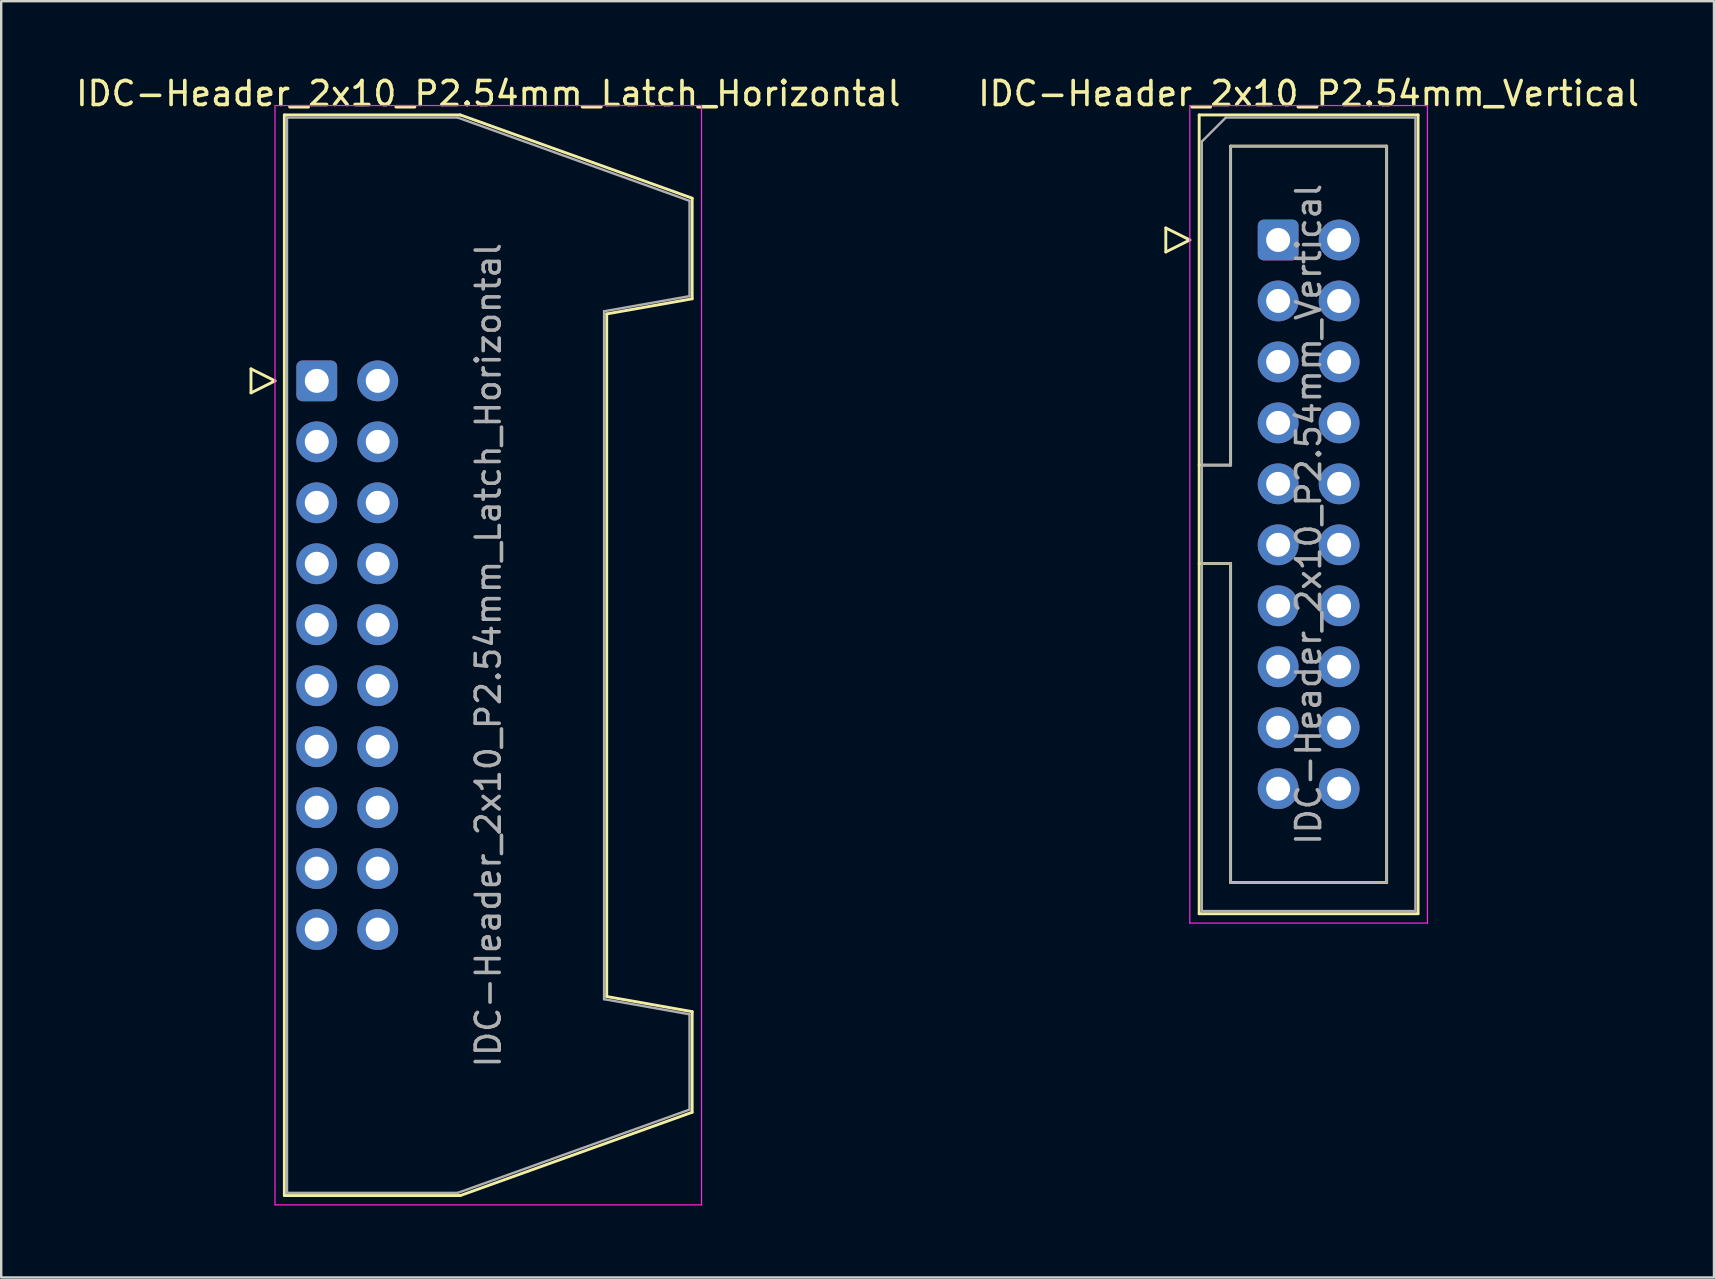
<source format=kicad_pcb>
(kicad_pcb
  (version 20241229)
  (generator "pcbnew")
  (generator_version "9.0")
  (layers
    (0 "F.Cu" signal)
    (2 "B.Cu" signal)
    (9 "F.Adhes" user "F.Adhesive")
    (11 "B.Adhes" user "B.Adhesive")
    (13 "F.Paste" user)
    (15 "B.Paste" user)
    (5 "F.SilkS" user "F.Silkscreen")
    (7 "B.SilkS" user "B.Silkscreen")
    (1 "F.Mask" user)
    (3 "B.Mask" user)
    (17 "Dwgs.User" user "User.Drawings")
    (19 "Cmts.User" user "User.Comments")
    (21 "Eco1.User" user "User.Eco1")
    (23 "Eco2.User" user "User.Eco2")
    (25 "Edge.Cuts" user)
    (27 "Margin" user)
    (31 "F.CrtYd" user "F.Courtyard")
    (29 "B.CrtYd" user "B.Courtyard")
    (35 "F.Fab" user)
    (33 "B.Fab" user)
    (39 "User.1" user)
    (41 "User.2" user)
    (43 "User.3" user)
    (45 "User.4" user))
  (footprint "IDC-Header_2x10_P2.54mm_Latch_Horizontal"
    (layer "F.Cu")
    (at 10.147 12.818)
    (property "Reference" "IDC-Header_2x10_P2.54mm_Latch_Horizontal" (at 7.145 -11.97 0) (layer "F.SilkS") (effects (font (size 1 1) (thickness 0.15))))
    (attr through_hole)
    (fp_line (start -2.74 -0.5) (end -2.74 0.5) (stroke (width 0.12) (type solid)) (layer "F.SilkS"))
    (fp_line (start -2.74 0.5) (end -1.74 0) (stroke (width 0.12) (type solid)) (layer "F.SilkS"))
    (fp_line (start -1.74 0) (end -2.74 -0.5) (stroke (width 0.12) (type solid)) (layer "F.SilkS"))
    (fp_line (start -1.35 -11.08) (end 5.98 -11.08) (stroke (width 0.12) (type solid)) (layer "F.SilkS"))
    (fp_line (start -1.35 33.94) (end -1.35 -11.08) (stroke (width 0.12) (type solid)) (layer "F.SilkS"))
    (fp_line (start 5.98 -11.08) (end 15.64 -7.61) (stroke (width 0.12) (type solid)) (layer "F.SilkS"))
    (fp_line (start 5.98 33.94) (end -1.35 33.94) (stroke (width 0.12) (type solid)) (layer "F.SilkS"))
    (fp_line (start 12.08 -2.79) (end 12.08 25.65) (stroke (width 0.12) (type solid)) (layer "F.SilkS"))
    (fp_line (start 12.08 25.65) (end 15.64 26.28) (stroke (width 0.12) (type solid)) (layer "F.SilkS"))
    (fp_line (start 15.64 -7.61) (end 15.64 -3.42) (stroke (width 0.12) (type solid)) (layer "F.SilkS"))
    (fp_line (start 15.64 -3.42) (end 12.08 -2.79) (stroke (width 0.12) (type solid)) (layer "F.SilkS"))
    (fp_line (start 15.64 26.28) (end 15.64 30.47) (stroke (width 0.12) (type solid)) (layer "F.SilkS"))
    (fp_line (start 15.64 30.47) (end 5.98 33.94) (stroke (width 0.12) (type solid)) (layer "F.SilkS"))
    (fp_line (start -1.74 -11.47) (end -1.74 34.33) (stroke (width 0.05) (type solid)) (layer "F.CrtYd"))
    (fp_line (start -1.74 34.33) (end 16.03 34.33) (stroke (width 0.05) (type solid)) (layer "F.CrtYd"))
    (fp_line (start 16.03 -11.47) (end -1.74 -11.47) (stroke (width 0.05) (type solid)) (layer "F.CrtYd"))
    (fp_line (start 16.03 34.33) (end 16.03 -11.47) (stroke (width 0.05) (type solid)) (layer "F.CrtYd"))
    (fp_line (start -1.24 -10.97) (end 5.87 -10.97) (stroke (width 0.1) (type solid)) (layer "F.Fab"))
    (fp_line (start -1.24 33.83) (end -1.24 -10.97) (stroke (width 0.1) (type solid)) (layer "F.Fab"))
    (fp_line (start 5.87 -10.97) (end 15.53 -7.5) (stroke (width 0.1) (type solid)) (layer "F.Fab"))
    (fp_line (start 5.87 33.83) (end -1.24 33.83) (stroke (width 0.1) (type solid)) (layer "F.Fab"))
    (fp_line (start 11.97 -2.9) (end 11.97 25.76) (stroke (width 0.1) (type solid)) (layer "F.Fab"))
    (fp_line (start 11.97 25.76) (end 15.53 26.39) (stroke (width 0.1) (type solid)) (layer "F.Fab"))
    (fp_line (start 15.53 -7.5) (end 15.53 -3.53) (stroke (width 0.1) (type solid)) (layer "F.Fab"))
    (fp_line (start 15.53 -3.53) (end 11.97 -2.9) (stroke (width 0.1) (type solid)) (layer "F.Fab"))
    (fp_line (start 15.53 26.39) (end 15.53 30.36) (stroke (width 0.1) (type solid)) (layer "F.Fab"))
    (fp_line (start 15.53 30.36) (end 5.87 33.83) (stroke (width 0.1) (type solid)) (layer "F.Fab"))
    (fp_text user "${REFERENCE}" (at 7.145 11.43 90) (layer "F.Fab") (effects (font (size 1 1) (thickness 0.15))))
    (pad "1" thru_hole roundrect (at 0 0) (size 1.7 1.7) (drill 1) (layers "*.Cu" "*.Mask") (roundrect_rratio 0.147))
    (pad "2" thru_hole circle (at 2.54 0) (size 1.7 1.7) (drill 1) (layers "*.Cu" "*.Mask"))
    (pad "3" thru_hole circle (at 0 2.54) (size 1.7 1.7) (drill 1) (layers "*.Cu" "*.Mask"))
    (pad "4" thru_hole circle (at 2.54 2.54) (size 1.7 1.7) (drill 1) (layers "*.Cu" "*.Mask"))
    (pad "5" thru_hole circle (at 0 5.08) (size 1.7 1.7) (drill 1) (layers "*.Cu" "*.Mask"))
    (pad "6" thru_hole circle (at 2.54 5.08) (size 1.7 1.7) (drill 1) (layers "*.Cu" "*.Mask"))
    (pad "7" thru_hole circle (at 0 7.62) (size 1.7 1.7) (drill 1) (layers "*.Cu" "*.Mask"))
    (pad "8" thru_hole circle (at 2.54 7.62) (size 1.7 1.7) (drill 1) (layers "*.Cu" "*.Mask"))
    (pad "9" thru_hole circle (at 0 10.16) (size 1.7 1.7) (drill 1) (layers "*.Cu" "*.Mask"))
    (pad "10" thru_hole circle (at 2.54 10.16) (size 1.7 1.7) (drill 1) (layers "*.Cu" "*.Mask"))
    (pad "11" thru_hole circle (at 0 12.7) (size 1.7 1.7) (drill 1) (layers "*.Cu" "*.Mask"))
    (pad "12" thru_hole circle (at 2.54 12.7) (size 1.7 1.7) (drill 1) (layers "*.Cu" "*.Mask"))
    (pad "13" thru_hole circle (at 0 15.24) (size 1.7 1.7) (drill 1) (layers "*.Cu" "*.Mask"))
    (pad "14" thru_hole circle (at 2.54 15.24) (size 1.7 1.7) (drill 1) (layers "*.Cu" "*.Mask"))
    (pad "15" thru_hole circle (at 0 17.78) (size 1.7 1.7) (drill 1) (layers "*.Cu" "*.Mask"))
    (pad "16" thru_hole circle (at 2.54 17.78) (size 1.7 1.7) (drill 1) (layers "*.Cu" "*.Mask"))
    (pad "17" thru_hole circle (at 0 20.32) (size 1.7 1.7) (drill 1) (layers "*.Cu" "*.Mask"))
    (pad "18" thru_hole circle (at 2.54 20.32) (size 1.7 1.7) (drill 1) (layers "*.Cu" "*.Mask"))
    (pad "19" thru_hole circle (at 0 22.86) (size 1.7 1.7) (drill 1) (layers "*.Cu" "*.Mask"))
    (pad "20" thru_hole circle (at 2.54 22.86) (size 1.7 1.7) (drill 1) (layers "*.Cu" "*.Mask")))
  (footprint "IDC-Header_2x10_P2.54mm_Vertical"
    (layer "F.Cu")
    (at 50.2 6.948)
    (property "Reference" "IDC-Header_2x10_P2.54mm_Vertical" (at 1.27 -6.1 0) (layer "F.SilkS") (effects (font (size 1 1) (thickness 0.15))))
    (attr through_hole)
    (fp_line (start -4.68 -0.5) (end -4.68 0.5) (stroke (width 0.12) (type solid)) (layer "F.SilkS"))
    (fp_line (start -4.68 0.5) (end -3.68 0) (stroke (width 0.12) (type solid)) (layer "F.SilkS"))
    (fp_line (start -3.68 0) (end -4.68 -0.5) (stroke (width 0.12) (type solid)) (layer "F.SilkS"))
    (fp_line (start -3.29 -5.21) (end 5.83 -5.21) (stroke (width 0.12) (type solid)) (layer "F.SilkS"))
    (fp_line (start -3.29 9.38) (end -1.98 9.38) (stroke (width 0.12) (type solid)) (layer "F.SilkS"))
    (fp_line (start -3.29 28.07) (end -3.29 -5.21) (stroke (width 0.12) (type solid)) (layer "F.SilkS"))
    (fp_line (start -1.98 -3.91) (end 4.52 -3.91) (stroke (width 0.12) (type solid)) (layer "F.SilkS"))
    (fp_line (start -1.98 9.38) (end -1.98 -3.91) (stroke (width 0.12) (type solid)) (layer "F.SilkS"))
    (fp_line (start -1.98 13.48) (end -3.29 13.48) (stroke (width 0.12) (type solid)) (layer "F.SilkS"))
    (fp_line (start -1.98 13.48) (end -1.98 13.48) (stroke (width 0.12) (type solid)) (layer "F.SilkS"))
    (fp_line (start -1.98 26.77) (end -1.98 13.48) (stroke (width 0.12) (type solid)) (layer "F.SilkS"))
    (fp_line (start 4.52 -3.91) (end 4.52 26.77) (stroke (width 0.12) (type solid)) (layer "F.SilkS"))
    (fp_line (start 4.52 26.77) (end -1.98 26.77) (stroke (width 0.12) (type solid)) (layer "F.SilkS"))
    (fp_line (start 5.83 -5.21) (end 5.83 28.07) (stroke (width 0.12) (type solid)) (layer "F.SilkS"))
    (fp_line (start 5.83 28.07) (end -3.29 28.07) (stroke (width 0.12) (type solid)) (layer "F.SilkS"))
    (fp_line (start -3.68 -5.6) (end -3.68 28.46) (stroke (width 0.05) (type solid)) (layer "F.CrtYd"))
    (fp_line (start -3.68 28.46) (end 6.22 28.46) (stroke (width 0.05) (type solid)) (layer "F.CrtYd"))
    (fp_line (start 6.22 -5.6) (end -3.68 -5.6) (stroke (width 0.05) (type solid)) (layer "F.CrtYd"))
    (fp_line (start 6.22 28.46) (end 6.22 -5.6) (stroke (width 0.05) (type solid)) (layer "F.CrtYd"))
    (fp_line (start -3.18 -4.1) (end -2.18 -5.1) (stroke (width 0.1) (type solid)) (layer "F.Fab"))
    (fp_line (start -3.18 9.38) (end -1.98 9.38) (stroke (width 0.1) (type solid)) (layer "F.Fab"))
    (fp_line (start -3.18 27.96) (end -3.18 -4.1) (stroke (width 0.1) (type solid)) (layer "F.Fab"))
    (fp_line (start -2.18 -5.1) (end 5.72 -5.1) (stroke (width 0.1) (type solid)) (layer "F.Fab"))
    (fp_line (start -1.98 -3.91) (end 4.52 -3.91) (stroke (width 0.1) (type solid)) (layer "F.Fab"))
    (fp_line (start -1.98 9.38) (end -1.98 -3.91) (stroke (width 0.1) (type solid)) (layer "F.Fab"))
    (fp_line (start -1.98 13.48) (end -3.18 13.48) (stroke (width 0.1) (type solid)) (layer "F.Fab"))
    (fp_line (start -1.98 13.48) (end -1.98 13.48) (stroke (width 0.1) (type solid)) (layer "F.Fab"))
    (fp_line (start -1.98 26.77) (end -1.98 13.48) (stroke (width 0.1) (type solid)) (layer "F.Fab"))
    (fp_line (start 4.52 -3.91) (end 4.52 26.77) (stroke (width 0.1) (type solid)) (layer "F.Fab"))
    (fp_line (start 4.52 26.77) (end -1.98 26.77) (stroke (width 0.1) (type solid)) (layer "F.Fab"))
    (fp_line (start 5.72 -5.1) (end 5.72 27.96) (stroke (width 0.1) (type solid)) (layer "F.Fab"))
    (fp_line (start 5.72 27.96) (end -3.18 27.96) (stroke (width 0.1) (type solid)) (layer "F.Fab"))
    (fp_text user "${REFERENCE}" (at 1.27 11.43 90) (layer "F.Fab") (effects (font (size 1 1) (thickness 0.15))))
    (pad "1" thru_hole roundrect (at 0 0) (size 1.7 1.7) (drill 1) (layers "*.Cu" "*.Mask") (roundrect_rratio 0.147))
    (pad "2" thru_hole circle (at 2.54 0) (size 1.7 1.7) (drill 1) (layers "*.Cu" "*.Mask"))
    (pad "3" thru_hole circle (at 0 2.54) (size 1.7 1.7) (drill 1) (layers "*.Cu" "*.Mask"))
    (pad "4" thru_hole circle (at 2.54 2.54) (size 1.7 1.7) (drill 1) (layers "*.Cu" "*.Mask"))
    (pad "5" thru_hole circle (at 0 5.08) (size 1.7 1.7) (drill 1) (layers "*.Cu" "*.Mask"))
    (pad "6" thru_hole circle (at 2.54 5.08) (size 1.7 1.7) (drill 1) (layers "*.Cu" "*.Mask"))
    (pad "7" thru_hole circle (at 0 7.62) (size 1.7 1.7) (drill 1) (layers "*.Cu" "*.Mask"))
    (pad "8" thru_hole circle (at 2.54 7.62) (size 1.7 1.7) (drill 1) (layers "*.Cu" "*.Mask"))
    (pad "9" thru_hole circle (at 0 10.16) (size 1.7 1.7) (drill 1) (layers "*.Cu" "*.Mask"))
    (pad "10" thru_hole circle (at 2.54 10.16) (size 1.7 1.7) (drill 1) (layers "*.Cu" "*.Mask"))
    (pad "11" thru_hole circle (at 0 12.7) (size 1.7 1.7) (drill 1) (layers "*.Cu" "*.Mask"))
    (pad "12" thru_hole circle (at 2.54 12.7) (size 1.7 1.7) (drill 1) (layers "*.Cu" "*.Mask"))
    (pad "13" thru_hole circle (at 0 15.24) (size 1.7 1.7) (drill 1) (layers "*.Cu" "*.Mask"))
    (pad "14" thru_hole circle (at 2.54 15.24) (size 1.7 1.7) (drill 1) (layers "*.Cu" "*.Mask"))
    (pad "15" thru_hole circle (at 0 17.78) (size 1.7 1.7) (drill 1) (layers "*.Cu" "*.Mask"))
    (pad "16" thru_hole circle (at 2.54 17.78) (size 1.7 1.7) (drill 1) (layers "*.Cu" "*.Mask"))
    (pad "17" thru_hole circle (at 0 20.32) (size 1.7 1.7) (drill 1) (layers "*.Cu" "*.Mask"))
    (pad "18" thru_hole circle (at 2.54 20.32) (size 1.7 1.7) (drill 1) (layers "*.Cu" "*.Mask"))
    (pad "19" thru_hole circle (at 0 22.86) (size 1.7 1.7) (drill 1) (layers "*.Cu" "*.Mask"))
    (pad "20" thru_hole circle (at 2.54 22.86) (size 1.7 1.7) (drill 1) (layers "*.Cu" "*.Mask")))
  (gr_rect
    (start -3 -3)
    (end 68.357 50.173)
    (stroke (width 0.1) (type default))
    (fill no)
    (layer "Edge.Cuts")))
</source>
